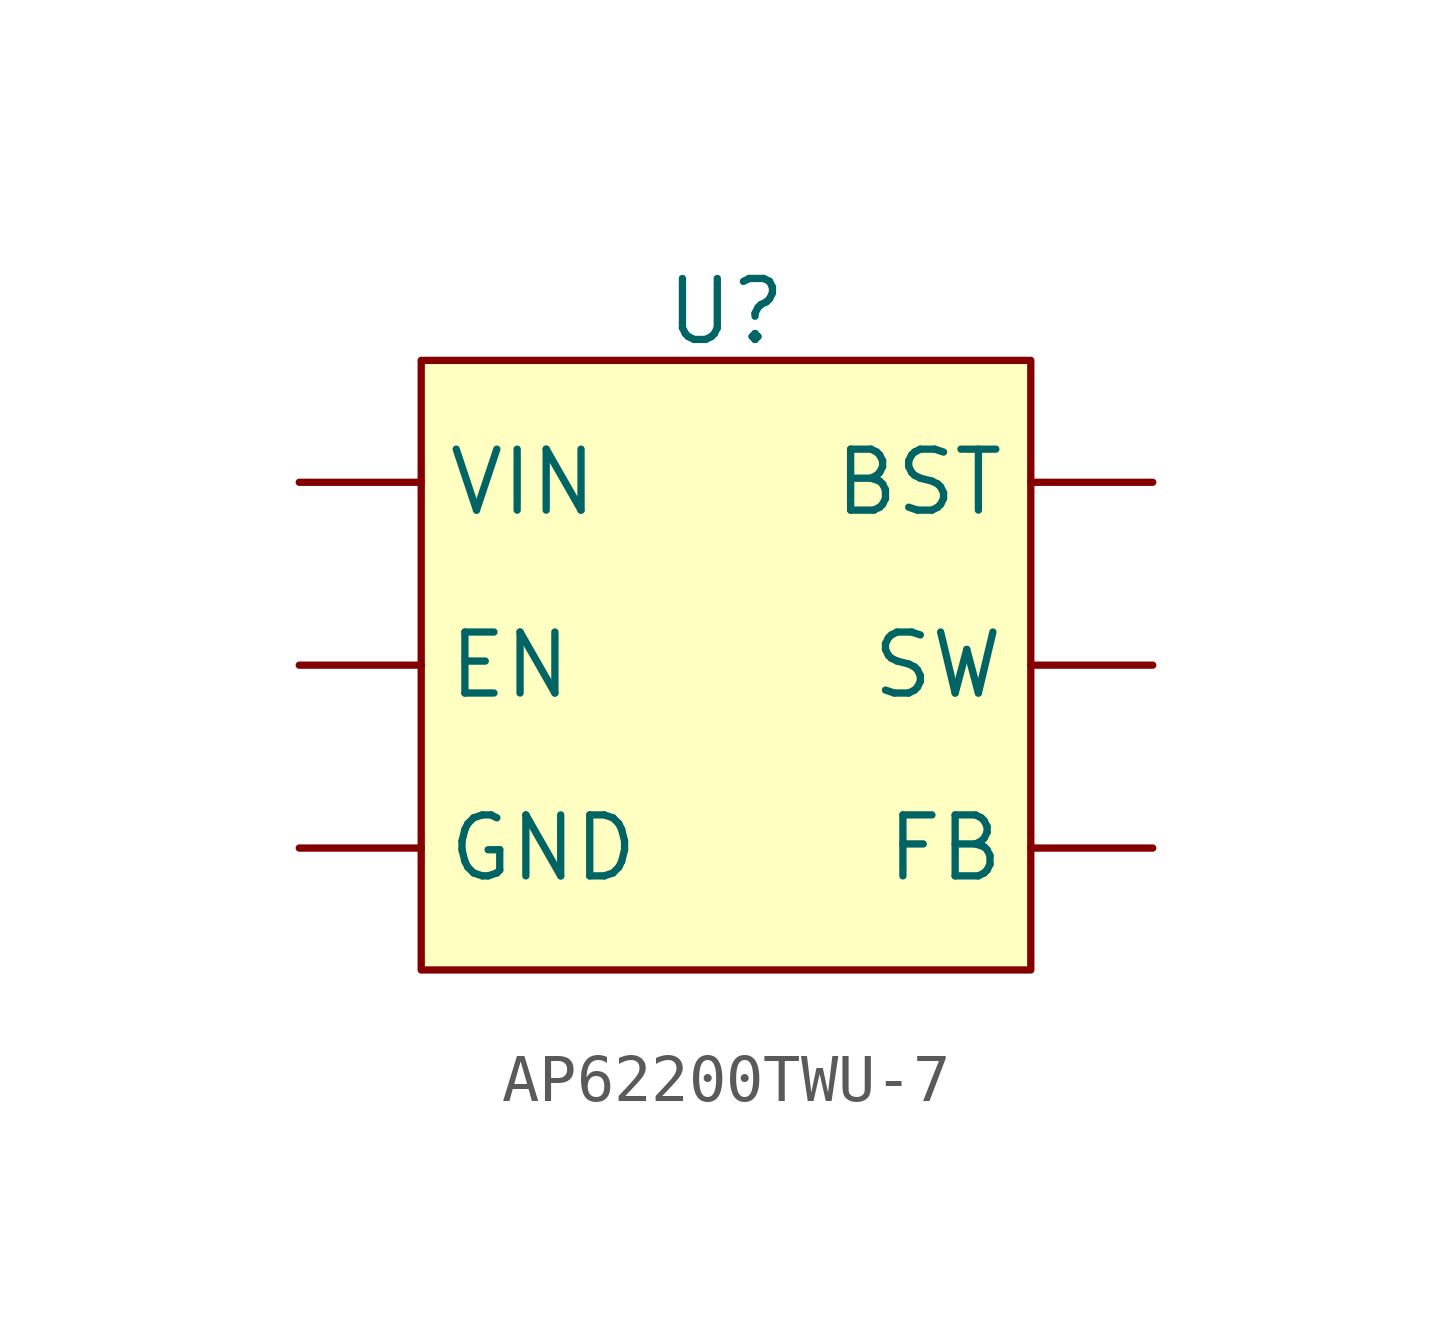
<source format=kicad_sym>
(kicad_symbol_lib
  (version 20241209)
  (generator "kicad_symbol_editor")
  (generator_version "9.0")
  (symbol "AP62200TWU-7"
    (pin_numbers
      (hide yes))
    (property "Reference" "U"
      (at 8.89 3.556 0)
      (effects (font (size 1.27 1.27))))
    (symbol "AP62200TWU-7_1_1"
      (rectangle (start 2.54 2.54) (end 15.24 -10.16) (stroke (width 0) (type solid)) (fill (type background)))
      (pin power_in line (at 0 0 0) (length 2.54) (name "VIN" (effects (font (size 1.27 1.27)))) (number "1" (effects (font (size 1.27 1.27)))))
      (pin input line (at 0 -3.81 0) (length 2.54) (name "EN" (effects (font (size 1.27 1.27)))) (number "5" (effects (font (size 1.27 1.27)))))
      (pin power_in line (at 0 -7.62 0) (length 2.54) (name "GND" (effects (font (size 1.27 1.27)))) (number "3" (effects (font (size 1.27 1.27)))))
      (pin input line (at 17.78 0 180) (length 2.54) (name "BST" (effects (font (size 1.27 1.27)))) (number "4" (effects (font (size 1.27 1.27)))))
      (pin power_out line (at 17.78 -3.81 180) (length 2.54) (name "SW" (effects (font (size 1.27 1.27)))) (number "2" (effects (font (size 1.27 1.27)))))
      (pin input line (at 17.78 -7.62 180) (length 2.54) (name "FB" (effects (font (size 1.27 1.27)))) (number "6" (effects (font (size 1.27 1.27))))))))
</source>
